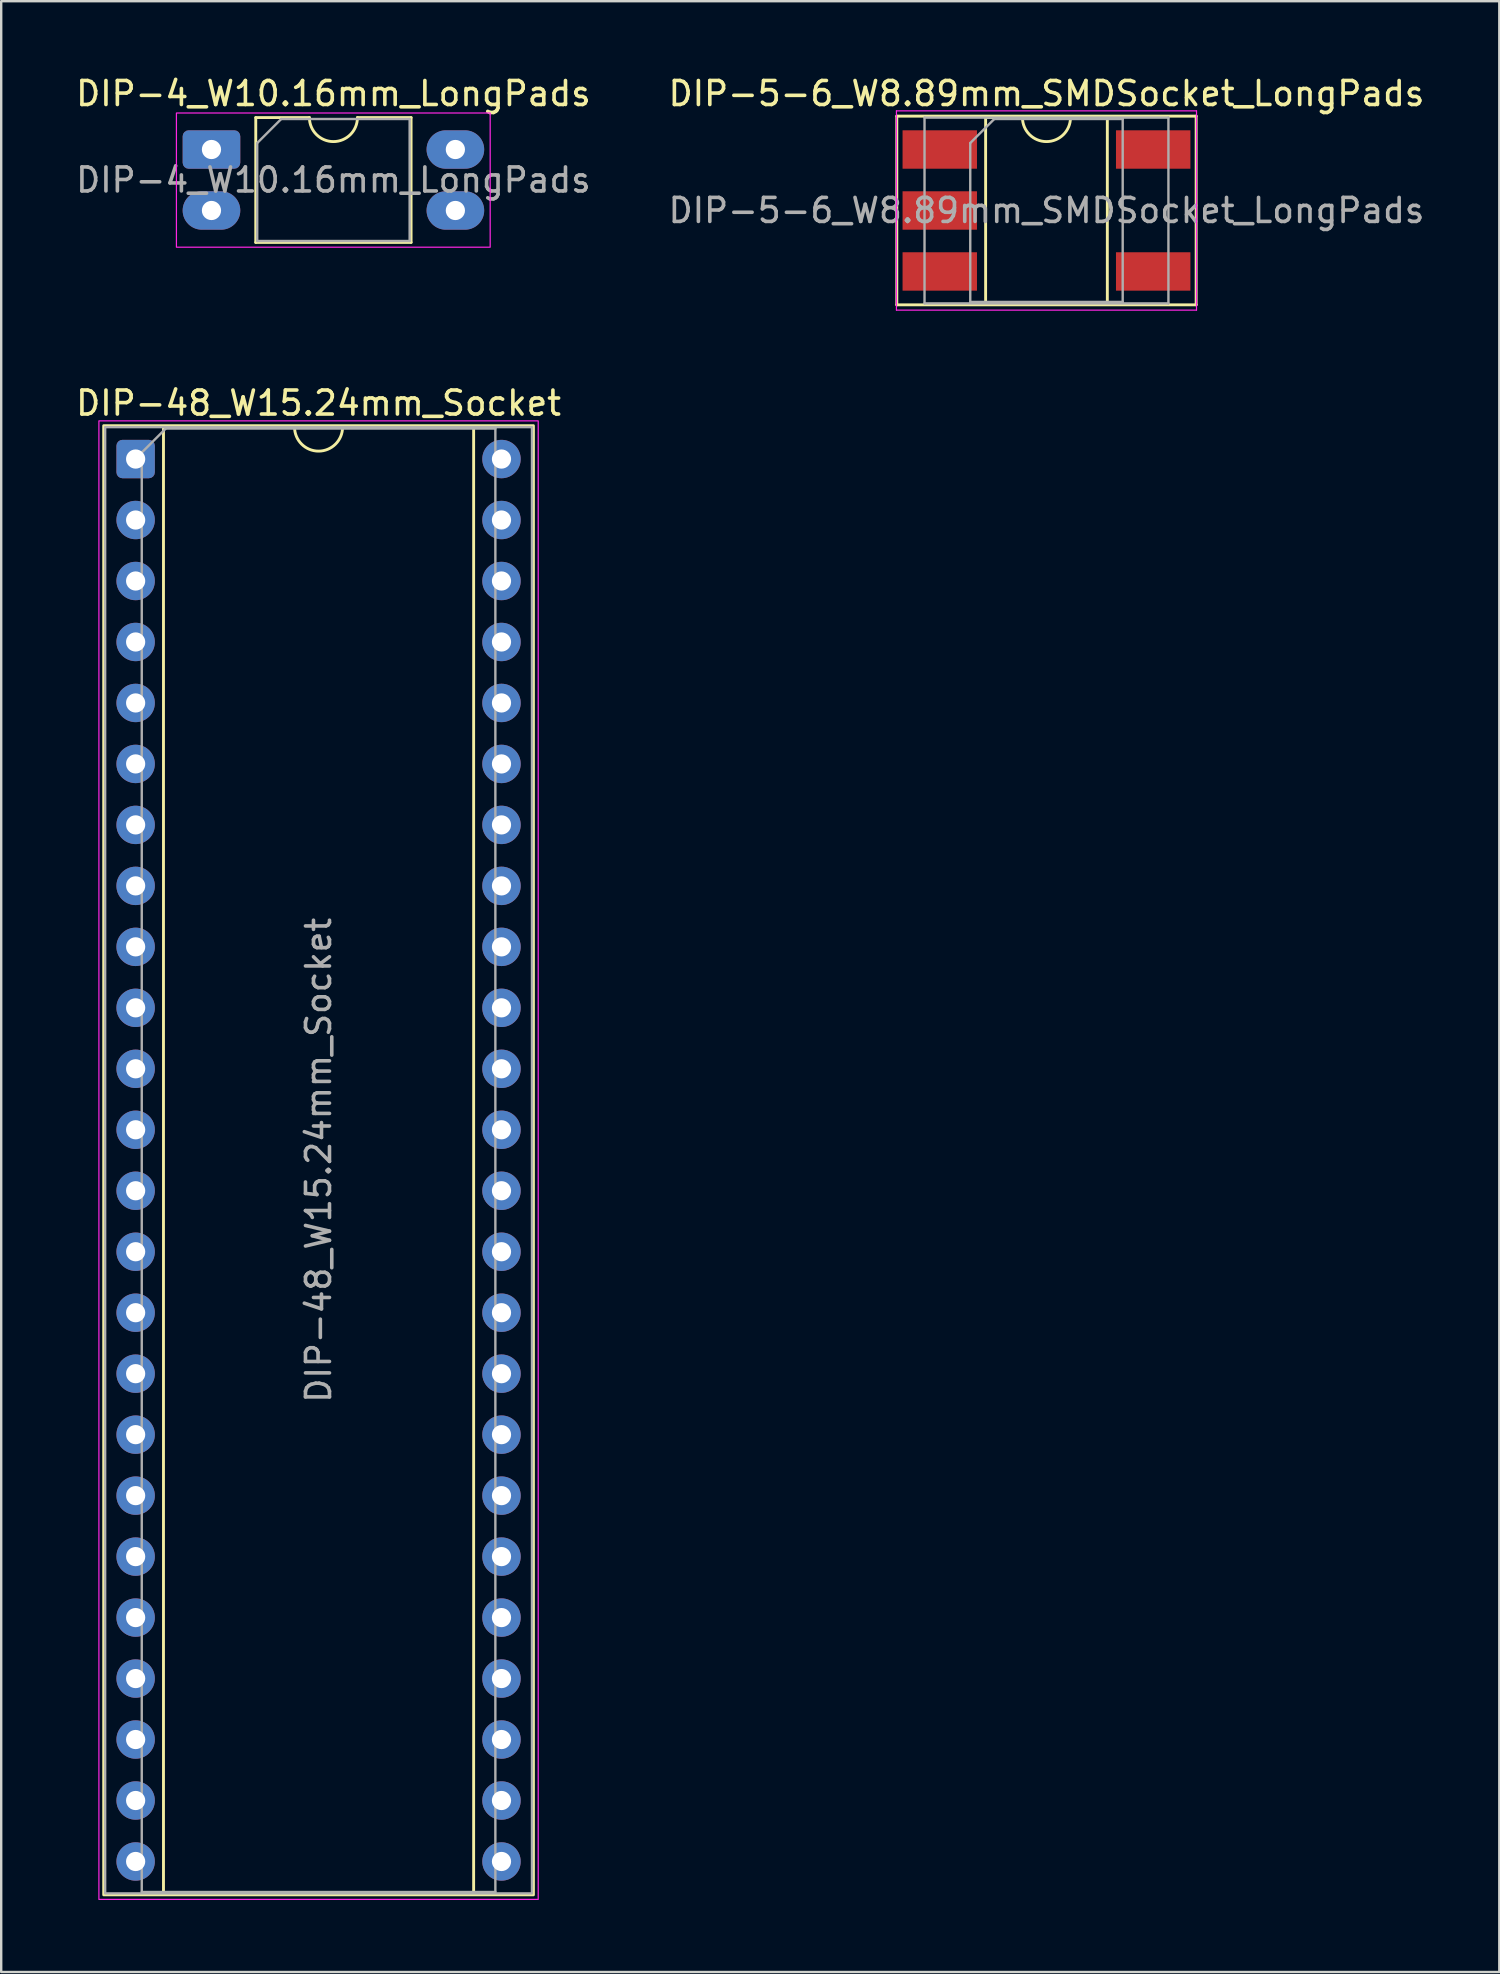
<source format=kicad_pcb>
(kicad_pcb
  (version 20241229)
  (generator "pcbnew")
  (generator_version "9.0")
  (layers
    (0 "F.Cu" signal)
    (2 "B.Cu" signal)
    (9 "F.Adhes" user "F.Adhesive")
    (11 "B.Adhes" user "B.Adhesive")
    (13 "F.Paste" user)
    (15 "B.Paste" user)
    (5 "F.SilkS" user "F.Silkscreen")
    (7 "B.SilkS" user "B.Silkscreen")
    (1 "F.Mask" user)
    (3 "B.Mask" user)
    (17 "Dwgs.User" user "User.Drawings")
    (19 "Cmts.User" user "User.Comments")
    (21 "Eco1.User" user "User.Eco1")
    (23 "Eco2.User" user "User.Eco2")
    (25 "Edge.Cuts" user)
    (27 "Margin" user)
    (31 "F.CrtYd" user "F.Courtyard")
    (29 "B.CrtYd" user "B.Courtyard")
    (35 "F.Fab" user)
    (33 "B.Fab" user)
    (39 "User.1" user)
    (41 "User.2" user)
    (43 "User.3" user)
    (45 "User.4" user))
  (footprint "DIP-48_W15.24mm_Socket"
    (layer "F.Cu")
    (at 2.6 16.072)
    (property "Reference" "DIP-48_W15.24mm_Socket" (at 7.62 -2.33 0) (layer "F.SilkS") (effects (font (size 1 1) (thickness 0.15))))
    (attr through_hole)
    (fp_line (start 1.16 -1.33) (end 1.16 59.75) (stroke (width 0.12) (type solid)) (layer "F.SilkS"))
    (fp_line (start 1.16 59.75) (end 14.08 59.75) (stroke (width 0.12) (type solid)) (layer "F.SilkS"))
    (fp_line (start 6.62 -1.33) (end 1.16 -1.33) (stroke (width 0.12) (type solid)) (layer "F.SilkS"))
    (fp_line (start 14.08 -1.33) (end 8.62 -1.33) (stroke (width 0.12) (type solid)) (layer "F.SilkS"))
    (fp_line (start 14.08 59.75) (end 14.08 -1.33) (stroke (width 0.12) (type solid)) (layer "F.SilkS"))
    (fp_rect (start -1.33 -1.39) (end 16.57 59.81) (stroke (width 0.12) (type solid)) (fill no) (layer "F.SilkS"))
    (fp_arc (start 8.62 -1.33) (mid 7.62 -0.33) (end 6.62 -1.33) (stroke (width 0.12) (type solid)) (layer "F.SilkS"))
    (fp_rect (start -1.53 -1.59) (end 16.77 60) (stroke (width 0.05) (type solid)) (fill no) (layer "F.CrtYd"))
    (fp_line (start 0.255 -0.27) (end 1.255 -1.27) (stroke (width 0.1) (type solid)) (layer "F.Fab"))
    (fp_line (start 0.255 59.69) (end 0.255 -0.27) (stroke (width 0.1) (type solid)) (layer "F.Fab"))
    (fp_line (start 1.255 -1.27) (end 14.985 -1.27) (stroke (width 0.1) (type solid)) (layer "F.Fab"))
    (fp_line (start 14.985 -1.27) (end 14.985 59.69) (stroke (width 0.1) (type solid)) (layer "F.Fab"))
    (fp_line (start 14.985 59.69) (end 0.255 59.69) (stroke (width 0.1) (type solid)) (layer "F.Fab"))
    (fp_rect (start -1.27 -1.33) (end 16.51 59.75) (stroke (width 0.1) (type solid)) (fill no) (layer "F.Fab"))
    (fp_text user "${REFERENCE}" (at 7.62 29.21 90) (layer "F.Fab") (effects (font (size 1 1) (thickness 0.15))))
    (pad "1" thru_hole roundrect (at 0 0) (size 1.6 1.6) (drill 0.8) (layers "*.Cu" "*.Mask") (roundrect_rratio 0.156))
    (pad "2" thru_hole circle (at 0 2.54) (size 1.6 1.6) (drill 0.8) (layers "*.Cu" "*.Mask"))
    (pad "3" thru_hole circle (at 0 5.08) (size 1.6 1.6) (drill 0.8) (layers "*.Cu" "*.Mask"))
    (pad "4" thru_hole circle (at 0 7.62) (size 1.6 1.6) (drill 0.8) (layers "*.Cu" "*.Mask"))
    (pad "5" thru_hole circle (at 0 10.16) (size 1.6 1.6) (drill 0.8) (layers "*.Cu" "*.Mask"))
    (pad "6" thru_hole circle (at 0 12.7) (size 1.6 1.6) (drill 0.8) (layers "*.Cu" "*.Mask"))
    (pad "7" thru_hole circle (at 0 15.24) (size 1.6 1.6) (drill 0.8) (layers "*.Cu" "*.Mask"))
    (pad "8" thru_hole circle (at 0 17.78) (size 1.6 1.6) (drill 0.8) (layers "*.Cu" "*.Mask"))
    (pad "9" thru_hole circle (at 0 20.32) (size 1.6 1.6) (drill 0.8) (layers "*.Cu" "*.Mask"))
    (pad "10" thru_hole circle (at 0 22.86) (size 1.6 1.6) (drill 0.8) (layers "*.Cu" "*.Mask"))
    (pad "11" thru_hole circle (at 0 25.4) (size 1.6 1.6) (drill 0.8) (layers "*.Cu" "*.Mask"))
    (pad "12" thru_hole circle (at 0 27.94) (size 1.6 1.6) (drill 0.8) (layers "*.Cu" "*.Mask"))
    (pad "13" thru_hole circle (at 0 30.48) (size 1.6 1.6) (drill 0.8) (layers "*.Cu" "*.Mask"))
    (pad "14" thru_hole circle (at 0 33.02) (size 1.6 1.6) (drill 0.8) (layers "*.Cu" "*.Mask"))
    (pad "15" thru_hole circle (at 0 35.56) (size 1.6 1.6) (drill 0.8) (layers "*.Cu" "*.Mask"))
    (pad "16" thru_hole circle (at 0 38.1) (size 1.6 1.6) (drill 0.8) (layers "*.Cu" "*.Mask"))
    (pad "17" thru_hole circle (at 0 40.64) (size 1.6 1.6) (drill 0.8) (layers "*.Cu" "*.Mask"))
    (pad "18" thru_hole circle (at 0 43.18) (size 1.6 1.6) (drill 0.8) (layers "*.Cu" "*.Mask"))
    (pad "19" thru_hole circle (at 0 45.72) (size 1.6 1.6) (drill 0.8) (layers "*.Cu" "*.Mask"))
    (pad "20" thru_hole circle (at 0 48.26) (size 1.6 1.6) (drill 0.8) (layers "*.Cu" "*.Mask"))
    (pad "21" thru_hole circle (at 0 50.8) (size 1.6 1.6) (drill 0.8) (layers "*.Cu" "*.Mask"))
    (pad "22" thru_hole circle (at 0 53.34) (size 1.6 1.6) (drill 0.8) (layers "*.Cu" "*.Mask"))
    (pad "23" thru_hole circle (at 0 55.88) (size 1.6 1.6) (drill 0.8) (layers "*.Cu" "*.Mask"))
    (pad "24" thru_hole circle (at 0 58.42) (size 1.6 1.6) (drill 0.8) (layers "*.Cu" "*.Mask"))
    (pad "25" thru_hole circle (at 15.24 58.42) (size 1.6 1.6) (drill 0.8) (layers "*.Cu" "*.Mask"))
    (pad "26" thru_hole circle (at 15.24 55.88) (size 1.6 1.6) (drill 0.8) (layers "*.Cu" "*.Mask"))
    (pad "27" thru_hole circle (at 15.24 53.34) (size 1.6 1.6) (drill 0.8) (layers "*.Cu" "*.Mask"))
    (pad "28" thru_hole circle (at 15.24 50.8) (size 1.6 1.6) (drill 0.8) (layers "*.Cu" "*.Mask"))
    (pad "29" thru_hole circle (at 15.24 48.26) (size 1.6 1.6) (drill 0.8) (layers "*.Cu" "*.Mask"))
    (pad "30" thru_hole circle (at 15.24 45.72) (size 1.6 1.6) (drill 0.8) (layers "*.Cu" "*.Mask"))
    (pad "31" thru_hole circle (at 15.24 43.18) (size 1.6 1.6) (drill 0.8) (layers "*.Cu" "*.Mask"))
    (pad "32" thru_hole circle (at 15.24 40.64) (size 1.6 1.6) (drill 0.8) (layers "*.Cu" "*.Mask"))
    (pad "33" thru_hole circle (at 15.24 38.1) (size 1.6 1.6) (drill 0.8) (layers "*.Cu" "*.Mask"))
    (pad "34" thru_hole circle (at 15.24 35.56) (size 1.6 1.6) (drill 0.8) (layers "*.Cu" "*.Mask"))
    (pad "35" thru_hole circle (at 15.24 33.02) (size 1.6 1.6) (drill 0.8) (layers "*.Cu" "*.Mask"))
    (pad "36" thru_hole circle (at 15.24 30.48) (size 1.6 1.6) (drill 0.8) (layers "*.Cu" "*.Mask"))
    (pad "37" thru_hole circle (at 15.24 27.94) (size 1.6 1.6) (drill 0.8) (layers "*.Cu" "*.Mask"))
    (pad "38" thru_hole circle (at 15.24 25.4) (size 1.6 1.6) (drill 0.8) (layers "*.Cu" "*.Mask"))
    (pad "39" thru_hole circle (at 15.24 22.86) (size 1.6 1.6) (drill 0.8) (layers "*.Cu" "*.Mask"))
    (pad "40" thru_hole circle (at 15.24 20.32) (size 1.6 1.6) (drill 0.8) (layers "*.Cu" "*.Mask"))
    (pad "41" thru_hole circle (at 15.24 17.78) (size 1.6 1.6) (drill 0.8) (layers "*.Cu" "*.Mask"))
    (pad "42" thru_hole circle (at 15.24 15.24) (size 1.6 1.6) (drill 0.8) (layers "*.Cu" "*.Mask"))
    (pad "43" thru_hole circle (at 15.24 12.7) (size 1.6 1.6) (drill 0.8) (layers "*.Cu" "*.Mask"))
    (pad "44" thru_hole circle (at 15.24 10.16) (size 1.6 1.6) (drill 0.8) (layers "*.Cu" "*.Mask"))
    (pad "45" thru_hole circle (at 15.24 7.62) (size 1.6 1.6) (drill 0.8) (layers "*.Cu" "*.Mask"))
    (pad "46" thru_hole circle (at 15.24 5.08) (size 1.6 1.6) (drill 0.8) (layers "*.Cu" "*.Mask"))
    (pad "47" thru_hole circle (at 15.24 2.54) (size 1.6 1.6) (drill 0.8) (layers "*.Cu" "*.Mask"))
    (pad "48" thru_hole circle (at 15.24 0) (size 1.6 1.6) (drill 0.8) (layers "*.Cu" "*.Mask")))
  (footprint "DIP-4_W10.16mm_LongPads"
    (layer "F.Cu")
    (at 5.759 3.178)
    (property "Reference" "DIP-4_W10.16mm_LongPads" (at 5.08 -2.33 0) (layer "F.SilkS") (effects (font (size 1 1) (thickness 0.15))))
    (attr through_hole)
    (fp_line (start 1.845 -1.33) (end 1.845 3.87) (stroke (width 0.12) (type solid)) (layer "F.SilkS"))
    (fp_line (start 1.845 3.87) (end 8.315 3.87) (stroke (width 0.12) (type solid)) (layer "F.SilkS"))
    (fp_line (start 4.08 -1.33) (end 1.845 -1.33) (stroke (width 0.12) (type solid)) (layer "F.SilkS"))
    (fp_line (start 8.315 -1.33) (end 6.08 -1.33) (stroke (width 0.12) (type solid)) (layer "F.SilkS"))
    (fp_line (start 8.315 3.87) (end 8.315 -1.33) (stroke (width 0.12) (type solid)) (layer "F.SilkS"))
    (fp_arc (start 6.08 -1.33) (mid 5.08 -0.33) (end 4.08 -1.33) (stroke (width 0.12) (type solid)) (layer "F.SilkS"))
    (fp_rect (start -1.46 -1.52) (end 11.61 4.07) (stroke (width 0.05) (type solid)) (fill no) (layer "F.CrtYd"))
    (fp_line (start 1.905 -0.27) (end 2.905 -1.27) (stroke (width 0.1) (type solid)) (layer "F.Fab"))
    (fp_line (start 1.905 3.81) (end 1.905 -0.27) (stroke (width 0.1) (type solid)) (layer "F.Fab"))
    (fp_line (start 2.905 -1.27) (end 8.255 -1.27) (stroke (width 0.1) (type solid)) (layer "F.Fab"))
    (fp_line (start 8.255 -1.27) (end 8.255 3.81) (stroke (width 0.1) (type solid)) (layer "F.Fab"))
    (fp_line (start 8.255 3.81) (end 1.905 3.81) (stroke (width 0.1) (type solid)) (layer "F.Fab"))
    (fp_text user "${REFERENCE}" (at 5.08 1.27 0) (layer "F.Fab") (effects (font (size 1 1) (thickness 0.15))))
    (pad "1" thru_hole roundrect (at 0 0) (size 2.4 1.6) (drill 0.8) (layers "*.Cu" "*.Mask") (roundrect_rratio 0.156))
    (pad "2" thru_hole oval (at 0 2.54) (size 2.4 1.6) (drill 0.8) (layers "*.Cu" "*.Mask"))
    (pad "3" thru_hole oval (at 10.16 2.54) (size 2.4 1.6) (drill 0.8) (layers "*.Cu" "*.Mask"))
    (pad "4" thru_hole oval (at 10.16 0) (size 2.4 1.6) (drill 0.8) (layers "*.Cu" "*.Mask")))
  (footprint "DIP-5-6_W8.89mm_SMDSocket_LongPads"
    (layer "F.Cu")
    (at 40.542 5.718)
    (property "Reference" "DIP-5-6_W8.89mm_SMDSocket_LongPads" (at 0 -4.87 0) (layer "F.SilkS") (effects (font (size 1 1) (thickness 0.15))))
    (attr smd)
    (fp_line (start -6.235 -3.93) (end -6.235 3.93) (stroke (width 0.12) (type solid)) (layer "F.SilkS"))
    (fp_line (start -6.235 3.93) (end 6.235 3.93) (stroke (width 0.12) (type solid)) (layer "F.SilkS"))
    (fp_line (start -2.535 -3.87) (end -2.535 3.87) (stroke (width 0.12) (type solid)) (layer "F.SilkS"))
    (fp_line (start -2.535 3.87) (end 2.535 3.87) (stroke (width 0.12) (type solid)) (layer "F.SilkS"))
    (fp_line (start -1 -3.87) (end -2.535 -3.87) (stroke (width 0.12) (type solid)) (layer "F.SilkS"))
    (fp_line (start 2.535 -3.87) (end 1 -3.87) (stroke (width 0.12) (type solid)) (layer "F.SilkS"))
    (fp_line (start 2.535 3.87) (end 2.535 -3.87) (stroke (width 0.12) (type solid)) (layer "F.SilkS"))
    (fp_line (start 6.235 -3.93) (end -6.235 -3.93) (stroke (width 0.12) (type solid)) (layer "F.SilkS"))
    (fp_line (start 6.235 3.93) (end 6.235 -3.93) (stroke (width 0.12) (type solid)) (layer "F.SilkS"))
    (fp_arc (start 1 -3.87) (mid 0 -2.87) (end -1 -3.87) (stroke (width 0.12) (type solid)) (layer "F.SilkS"))
    (fp_line (start -6.25 -4.15) (end -6.25 4.15) (stroke (width 0.05) (type solid)) (layer "F.CrtYd"))
    (fp_line (start -6.25 4.15) (end 6.25 4.15) (stroke (width 0.05) (type solid)) (layer "F.CrtYd"))
    (fp_line (start 6.25 -4.15) (end -6.25 -4.15) (stroke (width 0.05) (type solid)) (layer "F.CrtYd"))
    (fp_line (start 6.25 4.15) (end 6.25 -4.15) (stroke (width 0.05) (type solid)) (layer "F.CrtYd"))
    (fp_line (start -5.08 -3.87) (end -5.08 3.87) (stroke (width 0.1) (type solid)) (layer "F.Fab"))
    (fp_line (start -5.08 3.87) (end 5.08 3.87) (stroke (width 0.1) (type solid)) (layer "F.Fab"))
    (fp_line (start -3.175 -2.81) (end -2.175 -3.81) (stroke (width 0.1) (type solid)) (layer "F.Fab"))
    (fp_line (start -3.175 3.81) (end -3.175 -2.81) (stroke (width 0.1) (type solid)) (layer "F.Fab"))
    (fp_line (start -2.175 -3.81) (end 3.175 -3.81) (stroke (width 0.1) (type solid)) (layer "F.Fab"))
    (fp_line (start 3.175 -3.81) (end 3.175 3.81) (stroke (width 0.1) (type solid)) (layer "F.Fab"))
    (fp_line (start 3.175 3.81) (end -3.175 3.81) (stroke (width 0.1) (type solid)) (layer "F.Fab"))
    (fp_line (start 5.08 -3.87) (end -5.08 -3.87) (stroke (width 0.1) (type solid)) (layer "F.Fab"))
    (fp_line (start 5.08 3.87) (end 5.08 -3.87) (stroke (width 0.1) (type solid)) (layer "F.Fab"))
    (fp_text user "${REFERENCE}" (at 0 0 0) (layer "F.Fab") (effects (font (size 1 1) (thickness 0.15))))
    (pad "1" smd rect (at -4.445 -2.54) (size 3.1 1.6) (layers "F.Cu" "F.Mask" "F.Paste"))
    (pad "2" smd rect (at -4.445 0) (size 3.1 1.6) (layers "F.Cu" "F.Mask" "F.Paste"))
    (pad "3" smd rect (at -4.445 2.54) (size 3.1 1.6) (layers "F.Cu" "F.Mask" "F.Paste"))
    (pad "4" smd rect (at 4.445 2.54) (size 3.1 1.6) (layers "F.Cu" "F.Mask" "F.Paste"))
    (pad "6" smd rect (at 4.445 -2.54) (size 3.1 1.6) (layers "F.Cu" "F.Mask" "F.Paste")))
  (gr_rect
    (start -3 -3)
    (end 59.405 79.097)
    (stroke (width 0.1) (type default))
    (fill no)
    (layer "Edge.Cuts")))
</source>
